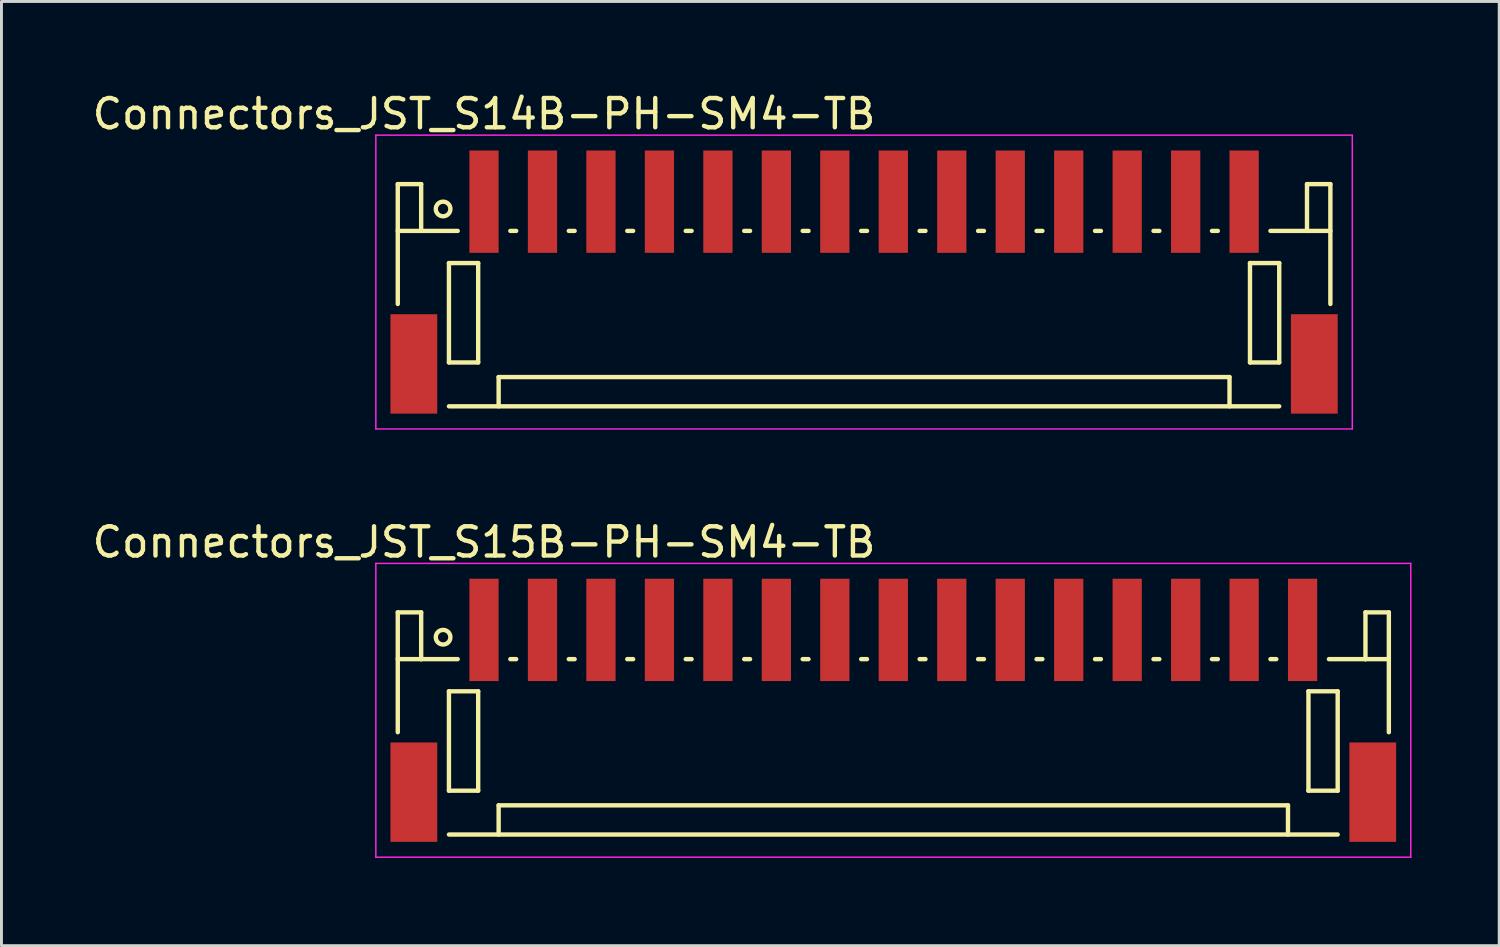
<source format=kicad_pcb>
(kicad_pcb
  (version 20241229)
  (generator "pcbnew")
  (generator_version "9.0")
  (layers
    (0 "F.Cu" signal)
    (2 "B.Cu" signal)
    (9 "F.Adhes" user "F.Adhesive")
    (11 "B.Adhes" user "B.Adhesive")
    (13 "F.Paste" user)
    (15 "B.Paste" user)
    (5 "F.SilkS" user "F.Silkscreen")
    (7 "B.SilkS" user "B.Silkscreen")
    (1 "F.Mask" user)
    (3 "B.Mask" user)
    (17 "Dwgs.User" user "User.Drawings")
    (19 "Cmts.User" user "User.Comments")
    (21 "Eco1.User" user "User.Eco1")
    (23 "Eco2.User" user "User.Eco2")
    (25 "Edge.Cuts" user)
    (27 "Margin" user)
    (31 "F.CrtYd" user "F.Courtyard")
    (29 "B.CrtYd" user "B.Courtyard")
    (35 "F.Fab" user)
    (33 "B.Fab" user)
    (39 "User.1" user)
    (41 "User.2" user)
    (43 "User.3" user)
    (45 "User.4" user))
  (footprint "Connectors_JST_S15B-PH-SM4-TB"
    (layer "F.Cu")
    (at 27.506 21.271)
    (property "Reference" "Connectors_JST_S15B-PH-SM4-TB" (at -14 -5.775 0) (layer "F.SilkS") (effects (font (size 1 1) (thickness 0.15))))
    (attr smd)
    (fp_line (start -16.95 -3.375) (end -16.95 0.725) (stroke (width 0.15) (type solid)) (layer "F.SilkS"))
    (fp_line (start -16.15 -3.375) (end -16.95 -3.375) (stroke (width 0.15) (type solid)) (layer "F.SilkS"))
    (fp_line (start -16.15 -1.775) (end -16.95 -1.775) (stroke (width 0.15) (type solid)) (layer "F.SilkS"))
    (fp_line (start -16.15 -1.775) (end -16.15 -3.375) (stroke (width 0.15) (type solid)) (layer "F.SilkS"))
    (fp_line (start -15.2 -0.675) (end -15.2 2.725) (stroke (width 0.15) (type solid)) (layer "F.SilkS"))
    (fp_line (start -15.2 2.725) (end -14.2 2.725) (stroke (width 0.15) (type solid)) (layer "F.SilkS"))
    (fp_line (start -15.2 4.225) (end 15.2 4.225) (stroke (width 0.15) (type solid)) (layer "F.SilkS"))
    (fp_line (start -14.9 -1.775) (end -16.15 -1.775) (stroke (width 0.15) (type solid)) (layer "F.SilkS"))
    (fp_line (start -14.2 -0.675) (end -15.2 -0.675) (stroke (width 0.15) (type solid)) (layer "F.SilkS"))
    (fp_line (start -14.2 2.725) (end -14.2 -0.675) (stroke (width 0.15) (type solid)) (layer "F.SilkS"))
    (fp_line (start -13.5 3.225) (end 13.5 3.225) (stroke (width 0.15) (type solid)) (layer "F.SilkS"))
    (fp_line (start -13.5 4.225) (end -13.5 3.225) (stroke (width 0.15) (type solid)) (layer "F.SilkS"))
    (fp_line (start -13.1 -1.775) (end -12.9 -1.775) (stroke (width 0.15) (type solid)) (layer "F.SilkS"))
    (fp_line (start -11.1 -1.775) (end -10.9 -1.775) (stroke (width 0.15) (type solid)) (layer "F.SilkS"))
    (fp_line (start -9.1 -1.775) (end -8.9 -1.775) (stroke (width 0.15) (type solid)) (layer "F.SilkS"))
    (fp_line (start -7.1 -1.775) (end -6.9 -1.775) (stroke (width 0.15) (type solid)) (layer "F.SilkS"))
    (fp_line (start -5.1 -1.775) (end -4.9 -1.775) (stroke (width 0.15) (type solid)) (layer "F.SilkS"))
    (fp_line (start -3.1 -1.775) (end -2.9 -1.775) (stroke (width 0.15) (type solid)) (layer "F.SilkS"))
    (fp_line (start -1.1 -1.775) (end -0.9 -1.775) (stroke (width 0.15) (type solid)) (layer "F.SilkS"))
    (fp_line (start 0.9 -1.775) (end 1.1 -1.775) (stroke (width 0.15) (type solid)) (layer "F.SilkS"))
    (fp_line (start 2.9 -1.775) (end 3.1 -1.775) (stroke (width 0.15) (type solid)) (layer "F.SilkS"))
    (fp_line (start 4.9 -1.775) (end 5.1 -1.775) (stroke (width 0.15) (type solid)) (layer "F.SilkS"))
    (fp_line (start 6.9 -1.775) (end 7.1 -1.775) (stroke (width 0.15) (type solid)) (layer "F.SilkS"))
    (fp_line (start 8.9 -1.775) (end 9.1 -1.775) (stroke (width 0.15) (type solid)) (layer "F.SilkS"))
    (fp_line (start 10.9 -1.775) (end 11.1 -1.775) (stroke (width 0.15) (type solid)) (layer "F.SilkS"))
    (fp_line (start 12.9 -1.775) (end 13.1 -1.775) (stroke (width 0.15) (type solid)) (layer "F.SilkS"))
    (fp_line (start 13.5 3.225) (end 13.5 4.225) (stroke (width 0.15) (type solid)) (layer "F.SilkS"))
    (fp_line (start 14.2 -0.675) (end 15.2 -0.675) (stroke (width 0.15) (type solid)) (layer "F.SilkS"))
    (fp_line (start 14.2 2.725) (end 14.2 -0.675) (stroke (width 0.15) (type solid)) (layer "F.SilkS"))
    (fp_line (start 14.9 -1.775) (end 16.15 -1.775) (stroke (width 0.15) (type solid)) (layer "F.SilkS"))
    (fp_line (start 15.2 -0.675) (end 15.2 2.725) (stroke (width 0.15) (type solid)) (layer "F.SilkS"))
    (fp_line (start 15.2 2.725) (end 14.2 2.725) (stroke (width 0.15) (type solid)) (layer "F.SilkS"))
    (fp_line (start 16.15 -3.375) (end 16.95 -3.375) (stroke (width 0.15) (type solid)) (layer "F.SilkS"))
    (fp_line (start 16.15 -1.775) (end 16.15 -3.375) (stroke (width 0.15) (type solid)) (layer "F.SilkS"))
    (fp_line (start 16.15 -1.775) (end 16.95 -1.775) (stroke (width 0.15) (type solid)) (layer "F.SilkS"))
    (fp_line (start 16.95 -3.375) (end 16.95 0.725) (stroke (width 0.15) (type solid)) (layer "F.SilkS"))
    (fp_circle (center -15.4 -2.525) (end -15.15 -2.525) (stroke (width 0.15) (type solid)) (fill no) (layer "F.SilkS"))
    (fp_line (start -17.7 -5.05) (end 17.7 -5.05) (stroke (width 0.05) (type solid)) (layer "F.CrtYd"))
    (fp_line (start -17.7 5) (end -17.7 -5.05) (stroke (width 0.05) (type solid)) (layer "F.CrtYd"))
    (fp_line (start 17.7 -5.05) (end 17.7 5) (stroke (width 0.05) (type solid)) (layer "F.CrtYd"))
    (fp_line (start 17.7 5) (end -17.7 5) (stroke (width 0.05) (type solid)) (layer "F.CrtYd"))
    (pad "" smd rect (at -16.4 2.775) (size 1.6 3.4) (layers "F.Cu" "F.Mask" "F.Paste"))
    (pad "" smd rect (at 16.4 2.775) (size 1.6 3.4) (layers "F.Cu" "F.Mask" "F.Paste"))
    (pad "1" smd rect (at -14 -2.775) (size 1 3.5) (layers "F.Cu" "F.Mask" "F.Paste"))
    (pad "2" smd rect (at -12 -2.775) (size 1 3.5) (layers "F.Cu" "F.Mask" "F.Paste"))
    (pad "3" smd rect (at -10 -2.775) (size 1 3.5) (layers "F.Cu" "F.Mask" "F.Paste"))
    (pad "4" smd rect (at -8 -2.775) (size 1 3.5) (layers "F.Cu" "F.Mask" "F.Paste"))
    (pad "5" smd rect (at -6 -2.775) (size 1 3.5) (layers "F.Cu" "F.Mask" "F.Paste"))
    (pad "6" smd rect (at -4 -2.775) (size 1 3.5) (layers "F.Cu" "F.Mask" "F.Paste"))
    (pad "7" smd rect (at -2 -2.775) (size 1 3.5) (layers "F.Cu" "F.Mask" "F.Paste"))
    (pad "8" smd rect (at 0 -2.775) (size 1 3.5) (layers "F.Cu" "F.Mask" "F.Paste"))
    (pad "9" smd rect (at 2 -2.775) (size 1 3.5) (layers "F.Cu" "F.Mask" "F.Paste"))
    (pad "10" smd rect (at 4 -2.775) (size 1 3.5) (layers "F.Cu" "F.Mask" "F.Paste"))
    (pad "11" smd rect (at 6 -2.775) (size 1 3.5) (layers "F.Cu" "F.Mask" "F.Paste"))
    (pad "12" smd rect (at 8 -2.775) (size 1 3.5) (layers "F.Cu" "F.Mask" "F.Paste"))
    (pad "13" smd rect (at 10 -2.775) (size 1 3.5) (layers "F.Cu" "F.Mask" "F.Paste"))
    (pad "14" smd rect (at 12 -2.775) (size 1 3.5) (layers "F.Cu" "F.Mask" "F.Paste"))
    (pad "15" smd rect (at 14 -2.775) (size 1 3.5) (layers "F.Cu" "F.Mask" "F.Paste")))
  (footprint "Connectors_JST_S14B-PH-SM4-TB"
    (layer "F.Cu")
    (at 26.506 6.623)
    (property "Reference" "Connectors_JST_S14B-PH-SM4-TB" (at -13 -5.775 0) (layer "F.SilkS") (effects (font (size 1 1) (thickness 0.15))))
    (attr smd)
    (fp_line (start -15.95 -3.375) (end -15.95 0.725) (stroke (width 0.15) (type solid)) (layer "F.SilkS"))
    (fp_line (start -15.15 -3.375) (end -15.95 -3.375) (stroke (width 0.15) (type solid)) (layer "F.SilkS"))
    (fp_line (start -15.15 -1.775) (end -15.95 -1.775) (stroke (width 0.15) (type solid)) (layer "F.SilkS"))
    (fp_line (start -15.15 -1.775) (end -15.15 -3.375) (stroke (width 0.15) (type solid)) (layer "F.SilkS"))
    (fp_line (start -14.2 -0.675) (end -14.2 2.725) (stroke (width 0.15) (type solid)) (layer "F.SilkS"))
    (fp_line (start -14.2 2.725) (end -13.2 2.725) (stroke (width 0.15) (type solid)) (layer "F.SilkS"))
    (fp_line (start -14.2 4.225) (end 14.2 4.225) (stroke (width 0.15) (type solid)) (layer "F.SilkS"))
    (fp_line (start -13.9 -1.775) (end -15.15 -1.775) (stroke (width 0.15) (type solid)) (layer "F.SilkS"))
    (fp_line (start -13.2 -0.675) (end -14.2 -0.675) (stroke (width 0.15) (type solid)) (layer "F.SilkS"))
    (fp_line (start -13.2 2.725) (end -13.2 -0.675) (stroke (width 0.15) (type solid)) (layer "F.SilkS"))
    (fp_line (start -12.5 3.225) (end 12.5 3.225) (stroke (width 0.15) (type solid)) (layer "F.SilkS"))
    (fp_line (start -12.5 4.225) (end -12.5 3.225) (stroke (width 0.15) (type solid)) (layer "F.SilkS"))
    (fp_line (start -12.1 -1.775) (end -11.9 -1.775) (stroke (width 0.15) (type solid)) (layer "F.SilkS"))
    (fp_line (start -10.1 -1.775) (end -9.9 -1.775) (stroke (width 0.15) (type solid)) (layer "F.SilkS"))
    (fp_line (start -8.1 -1.775) (end -7.9 -1.775) (stroke (width 0.15) (type solid)) (layer "F.SilkS"))
    (fp_line (start -6.1 -1.775) (end -5.9 -1.775) (stroke (width 0.15) (type solid)) (layer "F.SilkS"))
    (fp_line (start -4.1 -1.775) (end -3.9 -1.775) (stroke (width 0.15) (type solid)) (layer "F.SilkS"))
    (fp_line (start -2.1 -1.775) (end -1.9 -1.775) (stroke (width 0.15) (type solid)) (layer "F.SilkS"))
    (fp_line (start -0.1 -1.775) (end 0.1 -1.775) (stroke (width 0.15) (type solid)) (layer "F.SilkS"))
    (fp_line (start 1.9 -1.775) (end 2.1 -1.775) (stroke (width 0.15) (type solid)) (layer "F.SilkS"))
    (fp_line (start 3.9 -1.775) (end 4.1 -1.775) (stroke (width 0.15) (type solid)) (layer "F.SilkS"))
    (fp_line (start 5.9 -1.775) (end 6.1 -1.775) (stroke (width 0.15) (type solid)) (layer "F.SilkS"))
    (fp_line (start 7.9 -1.775) (end 8.1 -1.775) (stroke (width 0.15) (type solid)) (layer "F.SilkS"))
    (fp_line (start 9.9 -1.775) (end 10.1 -1.775) (stroke (width 0.15) (type solid)) (layer "F.SilkS"))
    (fp_line (start 11.9 -1.775) (end 12.1 -1.775) (stroke (width 0.15) (type solid)) (layer "F.SilkS"))
    (fp_line (start 12.5 3.225) (end 12.5 4.225) (stroke (width 0.15) (type solid)) (layer "F.SilkS"))
    (fp_line (start 13.2 -0.675) (end 14.2 -0.675) (stroke (width 0.15) (type solid)) (layer "F.SilkS"))
    (fp_line (start 13.2 2.725) (end 13.2 -0.675) (stroke (width 0.15) (type solid)) (layer "F.SilkS"))
    (fp_line (start 13.9 -1.775) (end 15.15 -1.775) (stroke (width 0.15) (type solid)) (layer "F.SilkS"))
    (fp_line (start 14.2 -0.675) (end 14.2 2.725) (stroke (width 0.15) (type solid)) (layer "F.SilkS"))
    (fp_line (start 14.2 2.725) (end 13.2 2.725) (stroke (width 0.15) (type solid)) (layer "F.SilkS"))
    (fp_line (start 15.15 -3.375) (end 15.95 -3.375) (stroke (width 0.15) (type solid)) (layer "F.SilkS"))
    (fp_line (start 15.15 -1.775) (end 15.15 -3.375) (stroke (width 0.15) (type solid)) (layer "F.SilkS"))
    (fp_line (start 15.15 -1.775) (end 15.95 -1.775) (stroke (width 0.15) (type solid)) (layer "F.SilkS"))
    (fp_line (start 15.95 -3.375) (end 15.95 0.725) (stroke (width 0.15) (type solid)) (layer "F.SilkS"))
    (fp_circle (center -14.4 -2.525) (end -14.15 -2.525) (stroke (width 0.15) (type solid)) (fill no) (layer "F.SilkS"))
    (fp_line (start -16.7 -5.05) (end 16.7 -5.05) (stroke (width 0.05) (type solid)) (layer "F.CrtYd"))
    (fp_line (start -16.7 5) (end -16.7 -5.05) (stroke (width 0.05) (type solid)) (layer "F.CrtYd"))
    (fp_line (start 16.7 -5.05) (end 16.7 5) (stroke (width 0.05) (type solid)) (layer "F.CrtYd"))
    (fp_line (start 16.7 5) (end -16.7 5) (stroke (width 0.05) (type solid)) (layer "F.CrtYd"))
    (pad "" smd rect (at -15.4 2.775) (size 1.6 3.4) (layers "F.Cu" "F.Mask" "F.Paste"))
    (pad "" smd rect (at 15.4 2.775) (size 1.6 3.4) (layers "F.Cu" "F.Mask" "F.Paste"))
    (pad "1" smd rect (at -13 -2.775) (size 1 3.5) (layers "F.Cu" "F.Mask" "F.Paste"))
    (pad "2" smd rect (at -11 -2.775) (size 1 3.5) (layers "F.Cu" "F.Mask" "F.Paste"))
    (pad "3" smd rect (at -9 -2.775) (size 1 3.5) (layers "F.Cu" "F.Mask" "F.Paste"))
    (pad "4" smd rect (at -7 -2.775) (size 1 3.5) (layers "F.Cu" "F.Mask" "F.Paste"))
    (pad "5" smd rect (at -5 -2.775) (size 1 3.5) (layers "F.Cu" "F.Mask" "F.Paste"))
    (pad "6" smd rect (at -3 -2.775) (size 1 3.5) (layers "F.Cu" "F.Mask" "F.Paste"))
    (pad "7" smd rect (at -1 -2.775) (size 1 3.5) (layers "F.Cu" "F.Mask" "F.Paste"))
    (pad "8" smd rect (at 1 -2.775) (size 1 3.5) (layers "F.Cu" "F.Mask" "F.Paste"))
    (pad "9" smd rect (at 3 -2.775) (size 1 3.5) (layers "F.Cu" "F.Mask" "F.Paste"))
    (pad "10" smd rect (at 5 -2.775) (size 1 3.5) (layers "F.Cu" "F.Mask" "F.Paste"))
    (pad "11" smd rect (at 7 -2.775) (size 1 3.5) (layers "F.Cu" "F.Mask" "F.Paste"))
    (pad "12" smd rect (at 9 -2.775) (size 1 3.5) (layers "F.Cu" "F.Mask" "F.Paste"))
    (pad "13" smd rect (at 11 -2.775) (size 1 3.5) (layers "F.Cu" "F.Mask" "F.Paste"))
    (pad "14" smd rect (at 13 -2.775) (size 1 3.5) (layers "F.Cu" "F.Mask" "F.Paste")))
  (gr_rect
    (start -3 -3)
    (end 48.231 29.297)
    (stroke (width 0.1) (type default))
    (fill no)
    (layer "Edge.Cuts")))
</source>
